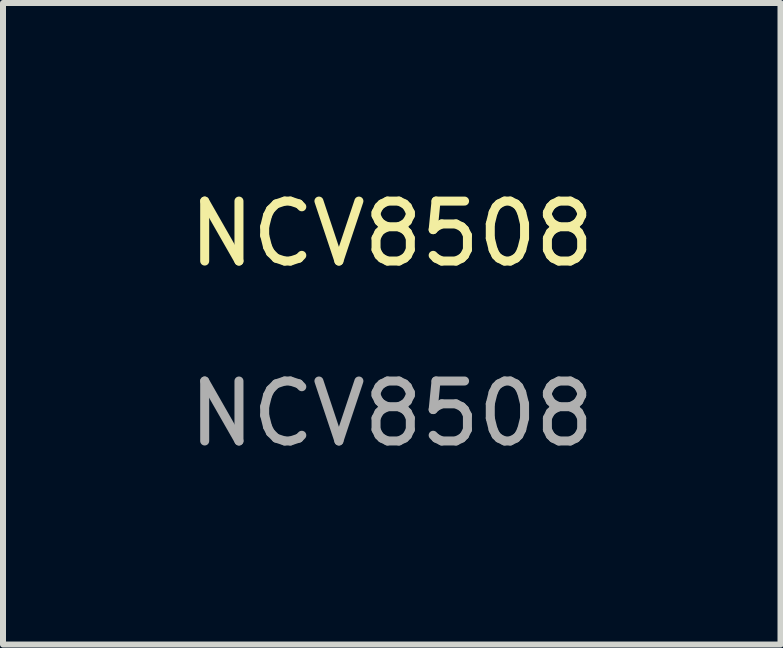
<source format=kicad_pcb>
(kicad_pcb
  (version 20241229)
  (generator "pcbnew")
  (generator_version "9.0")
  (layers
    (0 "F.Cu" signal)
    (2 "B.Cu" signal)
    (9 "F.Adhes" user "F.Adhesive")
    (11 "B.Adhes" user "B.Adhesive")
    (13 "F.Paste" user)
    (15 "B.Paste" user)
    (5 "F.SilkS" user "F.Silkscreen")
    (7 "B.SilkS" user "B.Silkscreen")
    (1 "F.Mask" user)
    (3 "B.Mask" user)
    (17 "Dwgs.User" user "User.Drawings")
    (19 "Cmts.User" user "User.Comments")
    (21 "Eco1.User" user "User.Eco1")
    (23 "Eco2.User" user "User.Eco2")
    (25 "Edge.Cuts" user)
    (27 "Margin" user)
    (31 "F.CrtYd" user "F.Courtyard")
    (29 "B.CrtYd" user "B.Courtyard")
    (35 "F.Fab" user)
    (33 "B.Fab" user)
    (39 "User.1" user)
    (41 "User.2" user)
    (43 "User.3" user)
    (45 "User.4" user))
  (footprint "NCV8508"
    (layer "F.Cu")
    (at 3.482 1.348)
    (property "Reference" "NCV8508" (at 0 -0.5 0) (unlocked yes) (layer "F.SilkS") (effects (font (size 1 1) (thickness 0.15))))
    (attr smd)
    (fp_text user "${REFERENCE}" (at 0 2.5 0) (unlocked yes) (layer "F.Fab") (effects (font (size 1 1) (thickness 0.15)))))
  (gr_rect
    (start -3 -3)
    (end 9.964 7.697)
    (stroke (width 0.1) (type default))
    (fill no)
    (layer "Edge.Cuts")))
</source>
